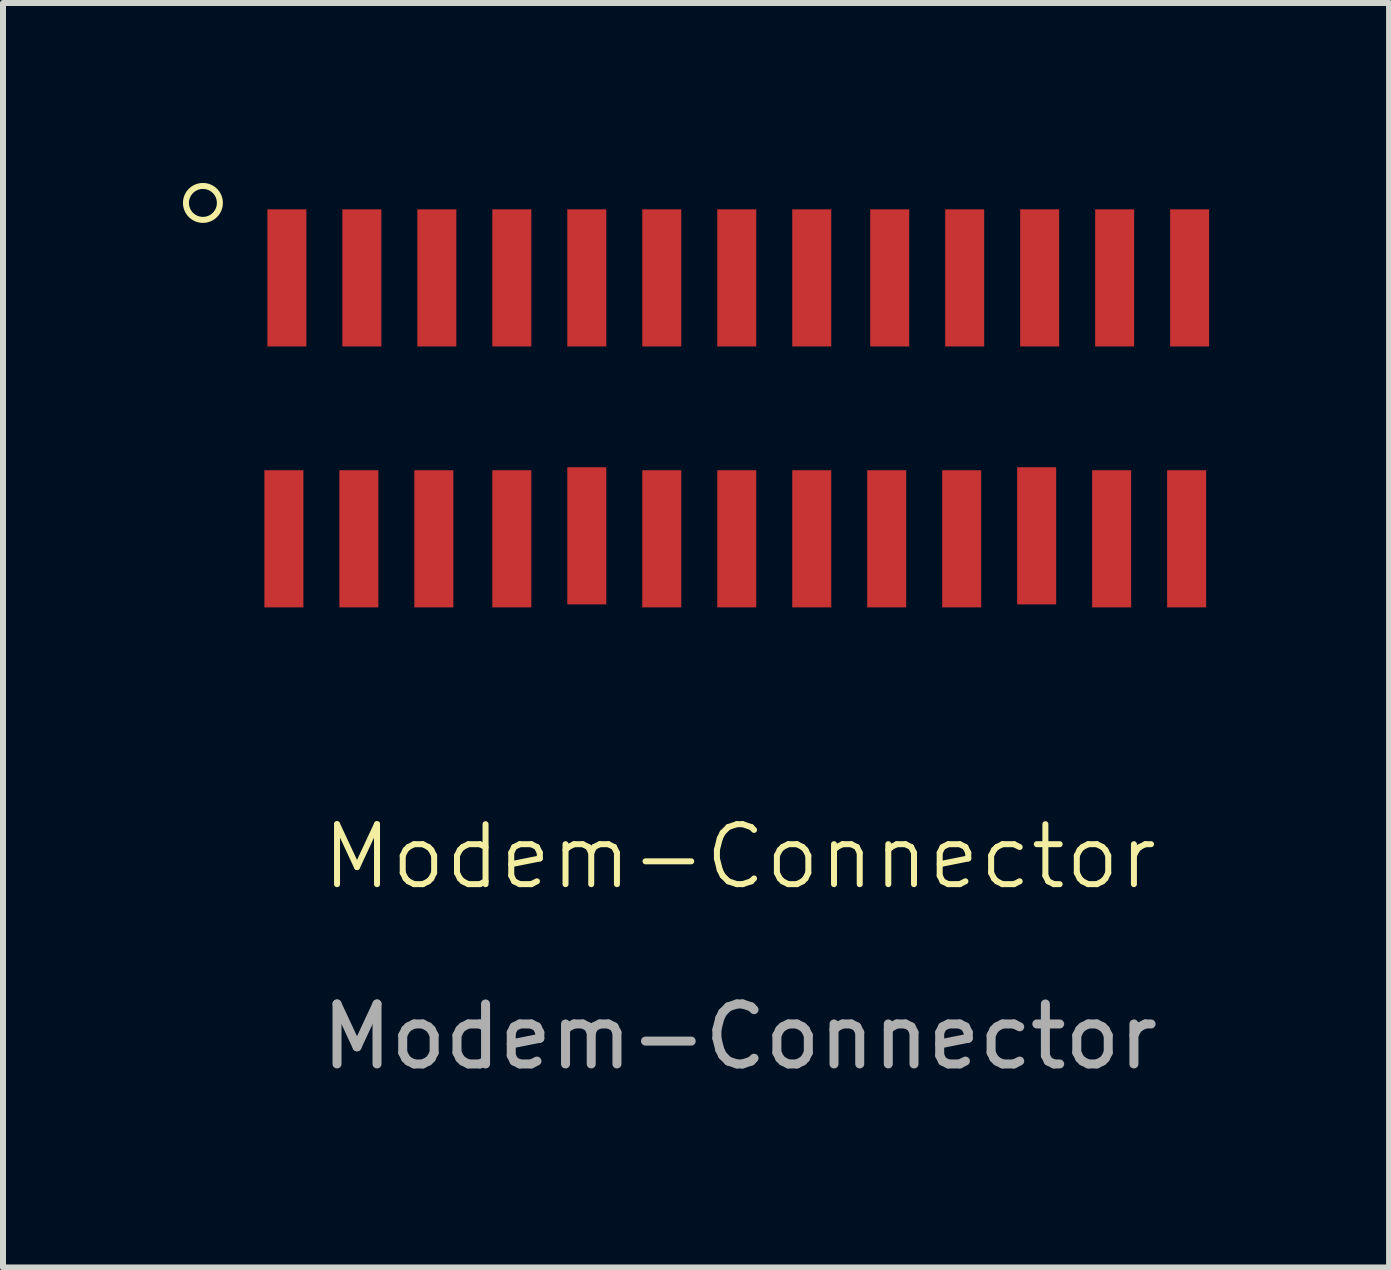
<source format=kicad_pcb>
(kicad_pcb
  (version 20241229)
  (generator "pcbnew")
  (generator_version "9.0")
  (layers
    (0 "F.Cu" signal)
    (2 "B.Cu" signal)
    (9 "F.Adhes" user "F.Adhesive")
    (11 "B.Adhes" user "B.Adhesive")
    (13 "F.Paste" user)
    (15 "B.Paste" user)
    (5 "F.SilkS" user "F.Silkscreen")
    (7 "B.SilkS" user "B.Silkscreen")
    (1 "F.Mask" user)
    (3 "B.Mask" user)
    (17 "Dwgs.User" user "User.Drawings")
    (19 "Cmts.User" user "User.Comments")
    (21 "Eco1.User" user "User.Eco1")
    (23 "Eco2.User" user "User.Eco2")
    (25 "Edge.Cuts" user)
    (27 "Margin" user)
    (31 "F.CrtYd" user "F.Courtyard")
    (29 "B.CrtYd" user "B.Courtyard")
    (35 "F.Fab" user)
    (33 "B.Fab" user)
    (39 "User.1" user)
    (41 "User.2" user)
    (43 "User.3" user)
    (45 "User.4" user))
  (footprint "Modem-Connector"
    (layer "F.Cu")
    (at 9.283 3.733)
    (property "Reference" "Modem-Connector" (at 0 7.5 0) (unlocked yes) (layer "F.SilkS") (effects (font (size 1 1) (thickness 0.1))))
    (attr smd)
    (fp_circle (center -8.95 -3.4) (end -8.75 -3.2) (stroke (width 0.1) (type default)) (fill no) (layer "F.SilkS"))
    (fp_text user "${REFERENCE}" (at 0 10.5 0) (unlocked yes) (layer "F.Fab") (effects (font (size 1 1) (thickness 0.15))))
    (pad "1" smd rect (at -7.55 -2.15 90) (size 2.286 0.65) (layers "F.Cu" "F.Mask" "F.Paste"))
    (pad "2" smd rect (at -6.3 -2.15 90) (size 2.286 0.65) (layers "F.Cu" "F.Mask" "F.Paste"))
    (pad "3" smd rect (at -5.05 -2.15 90) (size 2.286 0.65) (layers "F.Cu" "F.Mask" "F.Paste"))
    (pad "4" smd rect (at -3.8 -2.15 90) (size 2.286 0.65) (layers "F.Cu" "F.Mask" "F.Paste"))
    (pad "5" smd rect (at -2.55 -2.15 90) (size 2.286 0.65) (layers "F.Cu" "F.Mask" "F.Paste"))
    (pad "6" smd rect (at -1.3 -2.15 90) (size 2.286 0.65) (layers "F.Cu" "F.Mask" "F.Paste"))
    (pad "7" smd rect (at -0.05 -2.15 90) (size 2.286 0.65) (layers "F.Cu" "F.Mask" "F.Paste"))
    (pad "8" smd rect (at 1.2 -2.15 90) (size 2.286 0.65) (layers "F.Cu" "F.Mask" "F.Paste"))
    (pad "9" smd rect (at 2.5 -2.15 90) (size 2.286 0.65) (layers "F.Cu" "F.Mask" "F.Paste"))
    (pad "10" smd rect (at 3.75 -2.15 90) (size 2.286 0.65) (layers "F.Cu" "F.Mask" "F.Paste"))
    (pad "11" smd rect (at 5 -2.15 90) (size 2.286 0.65) (layers "F.Cu" "F.Mask" "F.Paste"))
    (pad "12" smd rect (at 6.25 -2.15 90) (size 2.286 0.65) (layers "F.Cu" "F.Mask" "F.Paste"))
    (pad "13" smd rect (at 7.5 -2.15 90) (size 2.286 0.65) (layers "F.Cu" "F.Mask" "F.Paste"))
    (pad "14" smd rect (at -7.6 2.2 90) (size 2.286 0.65) (layers "F.Cu" "F.Mask" "F.Paste"))
    (pad "15" smd rect (at -6.35 2.2 90) (size 2.286 0.65) (layers "F.Cu" "F.Mask" "F.Paste"))
    (pad "16" smd rect (at -5.1 2.2 90) (size 2.286 0.65) (layers "F.Cu" "F.Mask" "F.Paste"))
    (pad "17" smd rect (at -3.8 2.2 90) (size 2.286 0.65) (layers "F.Cu" "F.Mask" "F.Paste"))
    (pad "18" smd rect (at -2.55 2.15 90) (size 2.286 0.65) (layers "F.Cu" "F.Mask" "F.Paste"))
    (pad "19" smd rect (at -1.3 2.2 90) (size 2.286 0.65) (layers "F.Cu" "F.Mask" "F.Paste"))
    (pad "20" smd rect (at -0.05 2.2 90) (size 2.286 0.65) (layers "F.Cu" "F.Mask" "F.Paste"))
    (pad "21" smd rect (at 1.2 2.2 90) (size 2.286 0.65) (layers "F.Cu" "F.Mask" "F.Paste"))
    (pad "22" smd rect (at 2.45 2.2 90) (size 2.286 0.65) (layers "F.Cu" "F.Mask" "F.Paste"))
    (pad "23" smd rect (at 3.7 2.2 90) (size 2.286 0.65) (layers "F.Cu" "F.Mask" "F.Paste"))
    (pad "24" smd rect (at 4.95 2.15 90) (size 2.286 0.65) (layers "F.Cu" "F.Mask" "F.Paste"))
    (pad "25" smd rect (at 6.2 2.2 90) (size 2.286 0.65) (layers "F.Cu" "F.Mask" "F.Paste"))
    (pad "26" smd rect (at 7.45 2.2 90) (size 2.286 0.65) (layers "F.Cu" "F.Mask" "F.Paste")))
  (gr_rect
    (start -3 -3)
    (end 20.108 18.081)
    (stroke (width 0.1) (type default))
    (fill no)
    (layer "Edge.Cuts")))
</source>
